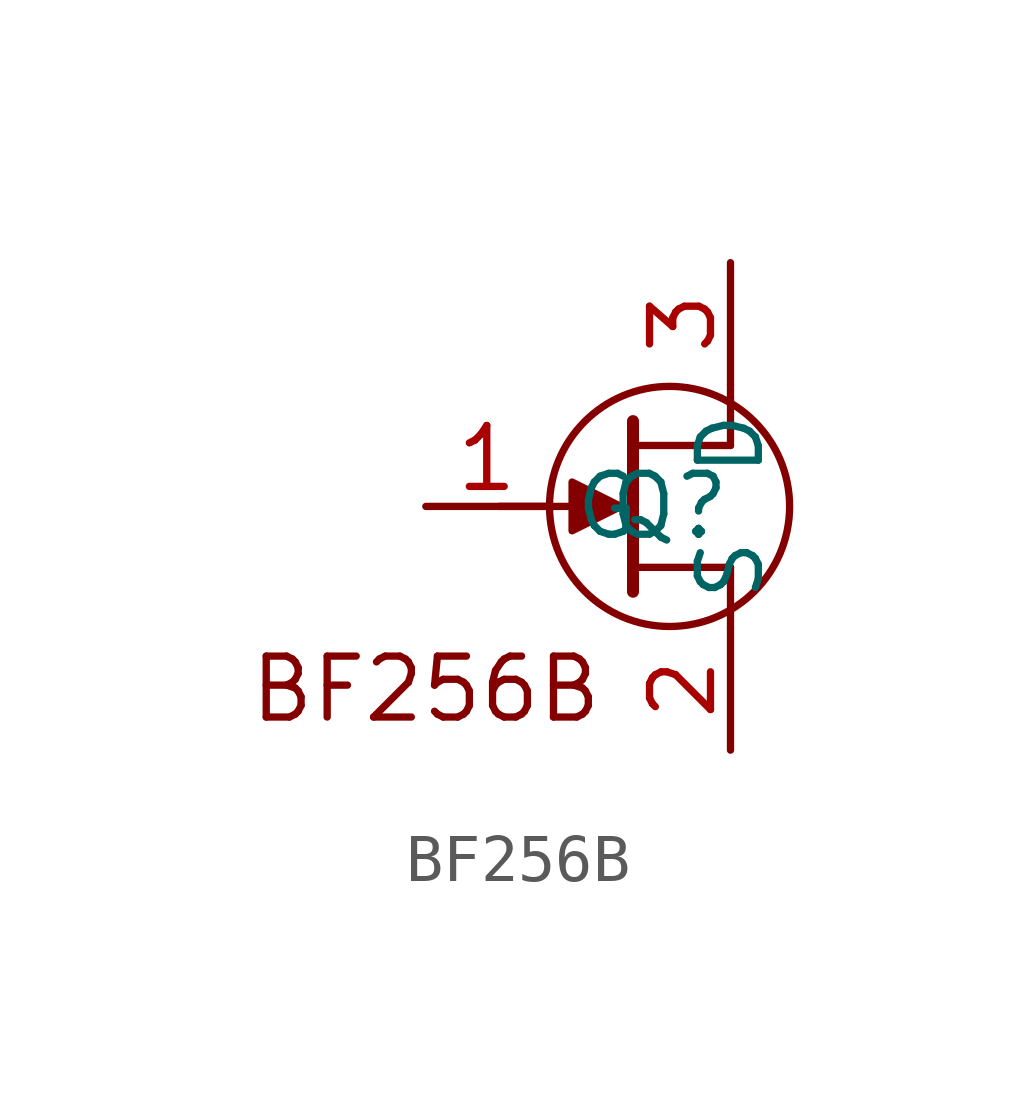
<source format=kicad_sym>
(kicad_symbol_lib
  (version 20220914)
  (generator kicad_symbol_editor)
  (symbol "BF256B"
    (property "Reference" "Q"
      (at 0 0 0)
      (effects (font (size 1.27 1.27))))
    (property "Value" ""
      (at 0 0 0)
      (effects (font (size 1.27 1.27))))
    (symbol "BF256B_0_1"
      (circle (center 0 0) (radius 2.502) (stroke (width 0) (type default)) (fill (type none))))
    (symbol "BF256B_1_1"
      (polyline (pts (xy -3.556 0) (xy -2.032 0)) (stroke (width 0) (type default)) (fill (type none)))
      (polyline (pts (xy -0.762 -1.27) (xy 1.27 -1.27)) (stroke (width 0) (type default)) (fill (type none)))
      (polyline (pts (xy -0.762 1.27) (xy 1.27 1.27)) (stroke (width 0) (type default)) (fill (type none)))
      (polyline (pts (xy -0.762 1.778) (xy -0.762 -1.778)) (stroke (width 0.25) (type default)) (fill (type none)))
      (polyline (pts (xy 1.27 -2.54) (xy 1.27 -1.27)) (stroke (width 0) (type default)) (fill (type none)))
      (polyline (pts (xy 1.27 1.27) (xy 1.27 2.54)) (stroke (width 0) (type default)) (fill (type none)))
      (polyline (pts (xy -1.016 0) (xy -2.032 0.508) (xy -2.032 -0.508) (xy -1.016 0)) (stroke (width 0) (type default)) (fill (type outline)))
      (text "BF256B" (at -5.08 -3.81 0) (effects (font (size 1.27 1.27))))
      (pin input line (at -5.08 0 0) (length 2.54) (name "G" (effects (font (size 1.27 1.27)))) (number "1" (effects (font (size 1.27 1.27)))))
      (pin passive line (at 1.27 -5.08 90) (length 2.54) (name "S" (effects (font (size 1.27 1.27)))) (number "2" (effects (font (size 1.27 1.27)))))
      (pin passive line (at 1.27 5.08 270) (length 2.54) (name "D" (effects (font (size 1.27 1.27)))) (number "3" (effects (font (size 1.27 1.27))))))))
</source>
